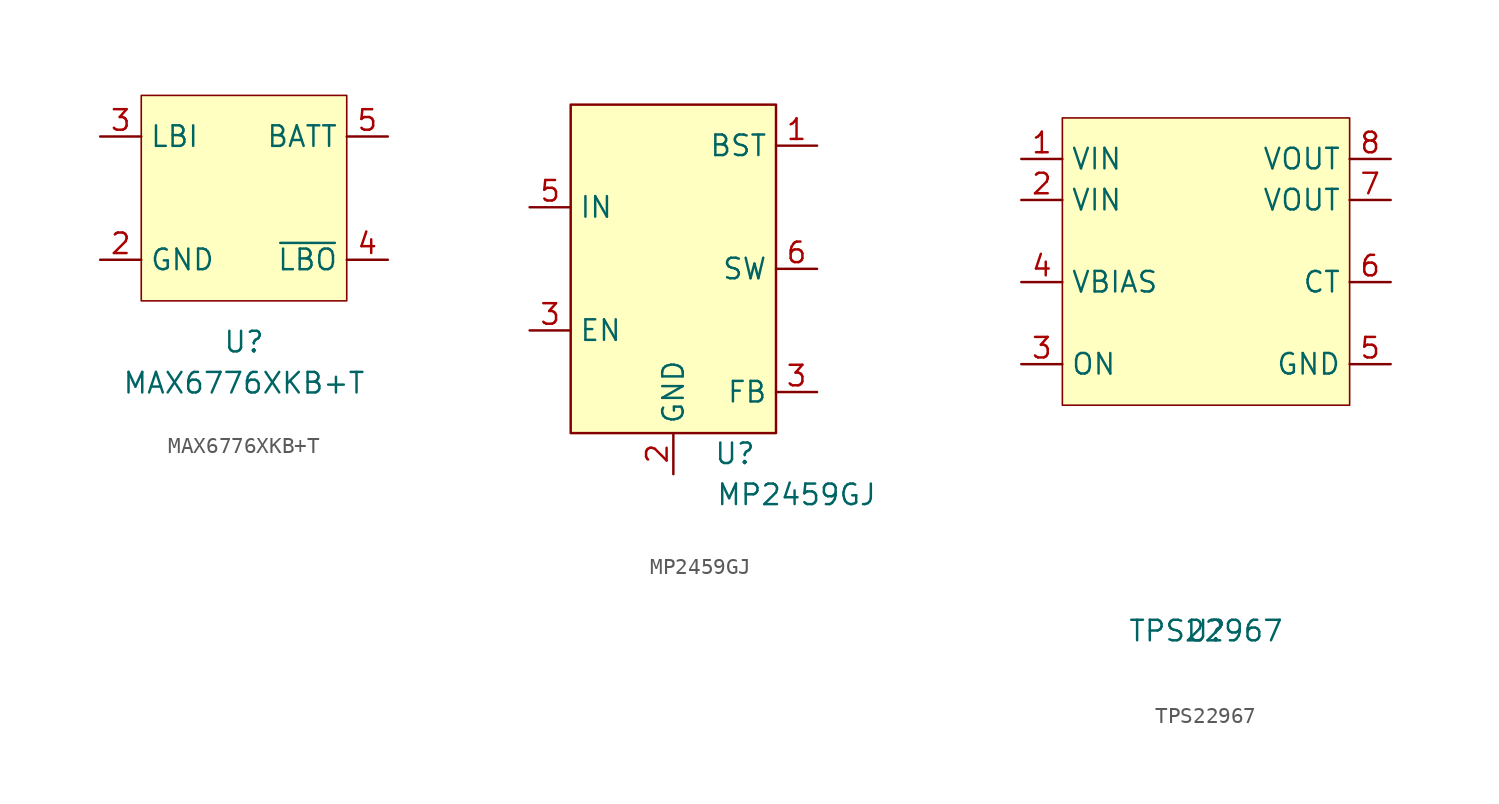
<source format=kicad_sym>
(kicad_symbol_lib
  (version 20211014)
  (generator kicad_symbol_editor)
  (symbol "MAX6776XKB+T"
    (property "Reference" "U"
      (at 0 -8.89 0)
      (effects (font (size 1.27 1.27))))
    (property "Value" "MAX6776XKB+T"
      (at 0 -11.43 0)
      (effects (font (size 1.27 1.27))))
    (symbol "MAX6776XKB+T_0_1"
      (rectangle (start -6.35 6.35) (end 6.35 -6.35) (stroke (width 0.1) (type default) (color 0 0 0 0)) (fill (type background))))
    (symbol "MAX6776XKB+T_1_1"
      (pin power_in line (at -8.89 -3.81 0) (length 2.54) hide (name "GND" (effects (font (size 1.27 1.27)))) (number "1" (effects (font (size 1.27 1.27)))))
      (pin power_in line (at -8.89 -3.81 0) (length 2.54) (name "GND" (effects (font (size 1.27 1.27)))) (number "2" (effects (font (size 1.27 1.27)))))
      (pin input line (at -8.89 3.81 0) (length 2.54) (name "LBI" (effects (font (size 1.27 1.27)))) (number "3" (effects (font (size 1.27 1.27)))))
      (pin output line (at 8.89 -3.81 180) (length 2.54) (name "~{LBO}" (effects (font (size 1.27 1.27)))) (number "4" (effects (font (size 1.27 1.27)))))
      (pin power_in line (at 8.89 3.81 180) (length 2.54) (name "BATT" (effects (font (size 1.27 1.27)))) (number "5" (effects (font (size 1.27 1.27)))))))
  (symbol "MP2459GJ"
    (property "Reference" "U"
      (at 3.81 -11.43 0)
      (effects (font (size 1.27 1.27))))
    (property "Value" "MP2459GJ"
      (at 7.62 -13.97 0)
      (effects (font (size 1.27 1.27))))
    (symbol "MP2459GJ_0_1"
      (rectangle (start -6.35 10.16) (end 6.35 -10.16) (stroke (width 0) (type default) (color 0 0 0 0)) (fill (type background))))
    (symbol "MP2459GJ_1_1"
      (pin bidirectional line (at 8.89 7.62 180) (length 2.54) (name "BST" (effects (font (size 1.27 1.27)))) (number "1" (effects (font (size 1.27 1.27)))))
      (pin power_in line (at 0 -12.7 90) (length 2.54) (name "GND" (effects (font (size 1.27 1.27)))) (number "2" (effects (font (size 1.27 1.27)))))
      (pin input line (at -8.89 -3.81 0) (length 2.54) (name "EN" (effects (font (size 1.27 1.27)))) (number "3" (effects (font (size 1.27 1.27)))))
      (pin input line (at 8.89 -7.62 180) (length 2.54) (name "FB" (effects (font (size 1.27 1.27)))) (number "3" (effects (font (size 1.27 1.27)))))
      (pin power_in line (at -8.89 3.81 0) (length 2.54) (name "IN" (effects (font (size 1.27 1.27)))) (number "5" (effects (font (size 1.27 1.27)))))
      (pin power_out line (at 8.89 0 180) (length 2.54) (name "SW" (effects (font (size 1.27 1.27)))) (number "6" (effects (font (size 1.27 1.27)))))))
  (symbol "TPS22967"
    (property "Reference" "U"
      (at 0 -19.05 0)
      (effects (font (size 1.27 1.27))))
    (property "Value" "TPS22967"
      (at 0 -19.05 0)
      (effects (font (size 1.27 1.27))))
    (symbol "TPS22967_0_1"
      (rectangle (start -8.89 12.7) (end 8.89 -5.08) (stroke (width 0.1) (type default) (color 0 0 0 0)) (fill (type background))))
    (symbol "TPS22967_1_1"
      (pin power_in line (at -11.43 10.16 0) (length 2.54) (name "VIN" (effects (font (size 1.27 1.27)))) (number "1" (effects (font (size 1.27 1.27)))))
      (pin power_in line (at -11.43 7.62 0) (length 2.54) (name "VIN" (effects (font (size 1.27 1.27)))) (number "2" (effects (font (size 1.27 1.27)))))
      (pin input line (at -11.43 -2.54 0) (length 2.54) (name "ON" (effects (font (size 1.27 1.27)))) (number "3" (effects (font (size 1.27 1.27)))))
      (pin input line (at -11.43 2.54 0) (length 2.54) (name "VBIAS" (effects (font (size 1.27 1.27)))) (number "4" (effects (font (size 1.27 1.27)))))
      (pin power_in line (at 11.43 -2.54 180) (length 2.54) (name "GND" (effects (font (size 1.27 1.27)))) (number "5" (effects (font (size 1.27 1.27)))))
      (pin output line (at 11.43 2.54 180) (length 2.54) (name "CT" (effects (font (size 1.27 1.27)))) (number "6" (effects (font (size 1.27 1.27)))))
      (pin power_out line (at 11.43 7.62 180) (length 2.54) (name "VOUT" (effects (font (size 1.27 1.27)))) (number "7" (effects (font (size 1.27 1.27)))))
      (pin power_out line (at 11.43 10.16 180) (length 2.54) (name "VOUT" (effects (font (size 1.27 1.27)))) (number "8" (effects (font (size 1.27 1.27))))))))
</source>
